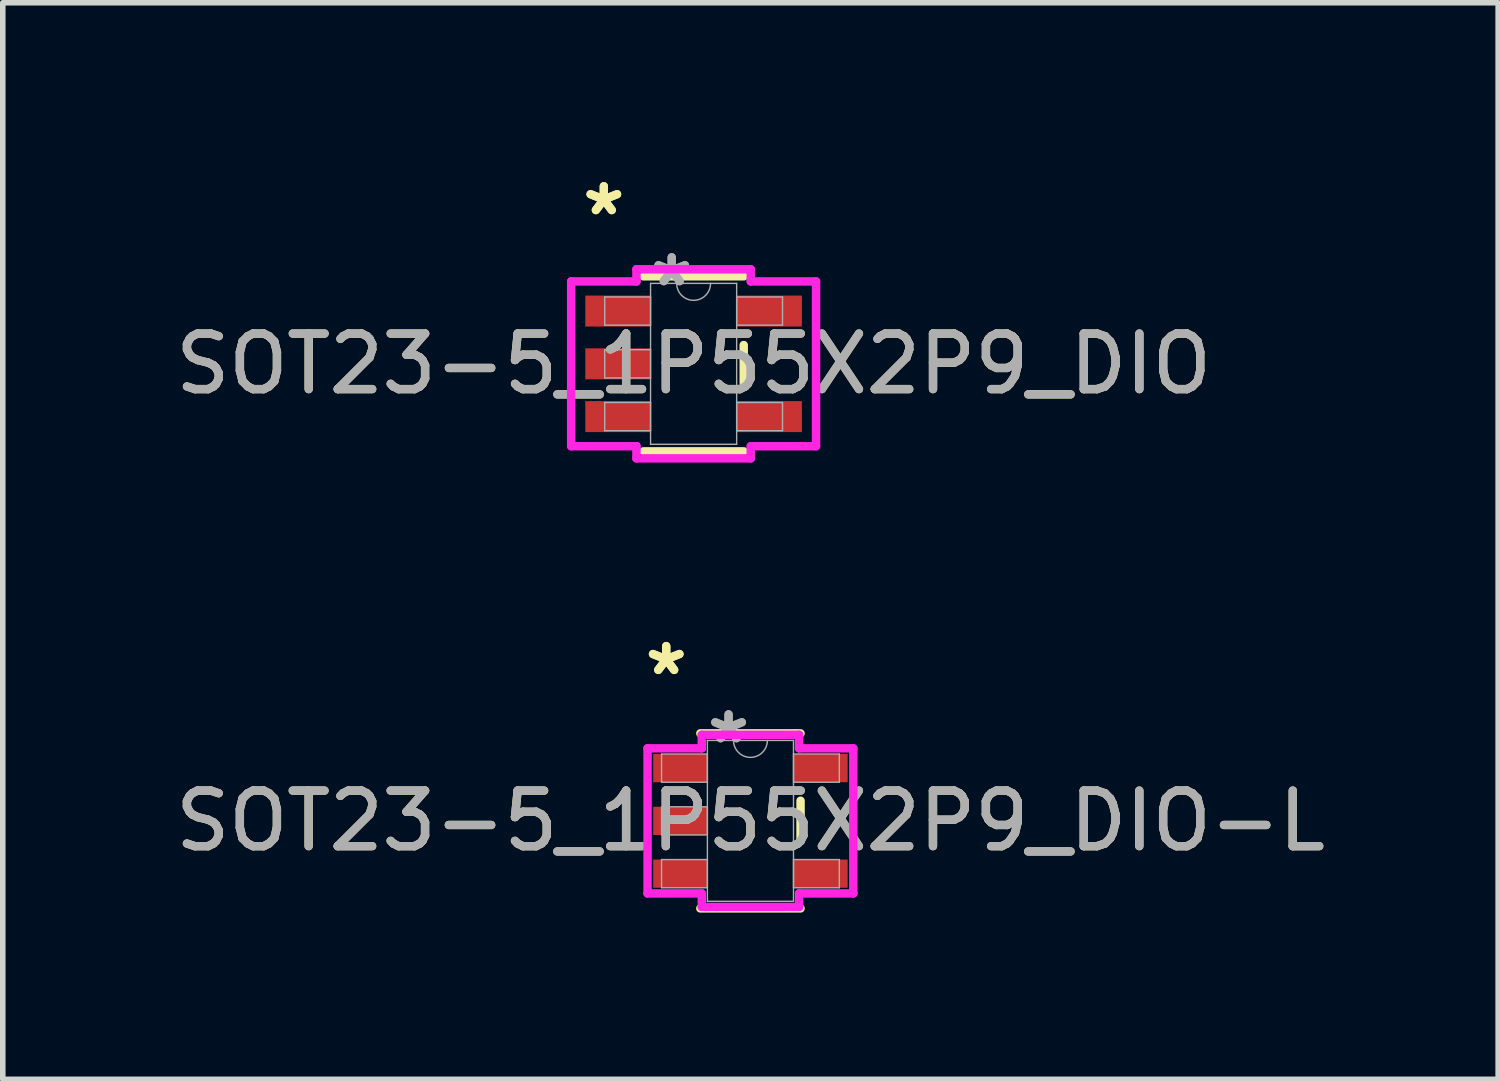
<source format=kicad_pcb>
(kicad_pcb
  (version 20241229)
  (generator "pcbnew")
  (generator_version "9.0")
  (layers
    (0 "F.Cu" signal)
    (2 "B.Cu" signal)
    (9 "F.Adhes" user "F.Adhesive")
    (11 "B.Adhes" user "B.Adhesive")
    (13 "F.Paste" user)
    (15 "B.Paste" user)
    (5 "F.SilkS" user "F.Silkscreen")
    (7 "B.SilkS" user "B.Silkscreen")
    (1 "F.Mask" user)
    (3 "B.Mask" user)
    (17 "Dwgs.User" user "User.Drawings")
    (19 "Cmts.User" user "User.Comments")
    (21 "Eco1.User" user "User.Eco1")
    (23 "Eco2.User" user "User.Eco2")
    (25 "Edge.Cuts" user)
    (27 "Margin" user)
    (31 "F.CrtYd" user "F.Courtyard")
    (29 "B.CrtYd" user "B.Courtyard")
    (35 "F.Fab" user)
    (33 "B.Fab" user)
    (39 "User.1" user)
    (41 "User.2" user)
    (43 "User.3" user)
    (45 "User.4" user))
  (footprint "SOT23-5_1P55X2P9_DIO"
    (layer "F.Cu")
    (at 9.435 3.499)
    (property "Reference" "SOT23-5_1P55X2P9_DIO" (at 0 0 0) (unlocked yes) (layer "F.SilkS") (effects (font (size 1 1) (thickness 0.15))))
    (attr smd)
    (fp_line (start -0.902 1.575) (end 0.902 1.575) (stroke (width 0.152) (type solid)) (layer "F.SilkS"))
    (fp_line (start 0.902 -1.575) (end -0.902 -1.575) (stroke (width 0.152) (type solid)) (layer "F.SilkS"))
    (fp_line (start 0.902 0.338) (end 0.902 -0.338) (stroke (width 0.152) (type solid)) (layer "F.SilkS"))
    (fp_line (start -2.204 -1.483) (end -1.029 -1.483) (stroke (width 0.152) (type solid)) (layer "F.CrtYd"))
    (fp_line (start -2.204 1.483) (end -2.204 -1.483) (stroke (width 0.152) (type solid)) (layer "F.CrtYd"))
    (fp_line (start -2.204 1.483) (end -1.029 1.483) (stroke (width 0.152) (type solid)) (layer "F.CrtYd"))
    (fp_line (start -1.029 -1.702) (end 1.029 -1.702) (stroke (width 0.152) (type solid)) (layer "F.CrtYd"))
    (fp_line (start -1.029 -1.483) (end -1.029 -1.702) (stroke (width 0.152) (type solid)) (layer "F.CrtYd"))
    (fp_line (start -1.029 1.702) (end -1.029 1.483) (stroke (width 0.152) (type solid)) (layer "F.CrtYd"))
    (fp_line (start 1.029 -1.702) (end 1.029 -1.483) (stroke (width 0.152) (type solid)) (layer "F.CrtYd"))
    (fp_line (start 1.029 1.483) (end 1.029 1.702) (stroke (width 0.152) (type solid)) (layer "F.CrtYd"))
    (fp_line (start 1.029 1.702) (end -1.029 1.702) (stroke (width 0.152) (type solid)) (layer "F.CrtYd"))
    (fp_line (start 2.204 -1.483) (end 1.029 -1.483) (stroke (width 0.152) (type solid)) (layer "F.CrtYd"))
    (fp_line (start 2.204 -1.483) (end 2.204 1.483) (stroke (width 0.152) (type solid)) (layer "F.CrtYd"))
    (fp_line (start 2.204 1.483) (end 1.029 1.483) (stroke (width 0.152) (type solid)) (layer "F.CrtYd"))
    (fp_line (start -1.6 -1.204) (end -1.6 -0.696) (stroke (width 0.025) (type solid)) (layer "F.Fab"))
    (fp_line (start -1.6 -0.696) (end -0.775 -0.696) (stroke (width 0.025) (type solid)) (layer "F.Fab"))
    (fp_line (start -1.6 -0.254) (end -1.6 0.254) (stroke (width 0.025) (type solid)) (layer "F.Fab"))
    (fp_line (start -1.6 0.254) (end -0.775 0.254) (stroke (width 0.025) (type solid)) (layer "F.Fab"))
    (fp_line (start -1.6 0.696) (end -1.6 1.204) (stroke (width 0.025) (type solid)) (layer "F.Fab"))
    (fp_line (start -1.6 1.204) (end -0.775 1.204) (stroke (width 0.025) (type solid)) (layer "F.Fab"))
    (fp_line (start -0.775 -1.448) (end -0.775 1.448) (stroke (width 0.025) (type solid)) (layer "F.Fab"))
    (fp_line (start -0.775 -1.204) (end -1.6 -1.204) (stroke (width 0.025) (type solid)) (layer "F.Fab"))
    (fp_line (start -0.775 -0.696) (end -0.775 -1.204) (stroke (width 0.025) (type solid)) (layer "F.Fab"))
    (fp_line (start -0.775 -0.254) (end -1.6 -0.254) (stroke (width 0.025) (type solid)) (layer "F.Fab"))
    (fp_line (start -0.775 0.254) (end -0.775 -0.254) (stroke (width 0.025) (type solid)) (layer "F.Fab"))
    (fp_line (start -0.775 0.696) (end -1.6 0.696) (stroke (width 0.025) (type solid)) (layer "F.Fab"))
    (fp_line (start -0.775 1.204) (end -0.775 0.696) (stroke (width 0.025) (type solid)) (layer "F.Fab"))
    (fp_line (start -0.775 1.448) (end 0.775 1.448) (stroke (width 0.025) (type solid)) (layer "F.Fab"))
    (fp_line (start 0.775 -1.448) (end -0.775 -1.448) (stroke (width 0.025) (type solid)) (layer "F.Fab"))
    (fp_line (start 0.775 -1.204) (end 0.775 -0.696) (stroke (width 0.025) (type solid)) (layer "F.Fab"))
    (fp_line (start 0.775 -0.696) (end 1.6 -0.696) (stroke (width 0.025) (type solid)) (layer "F.Fab"))
    (fp_line (start 0.775 0.696) (end 0.775 1.204) (stroke (width 0.025) (type solid)) (layer "F.Fab"))
    (fp_line (start 0.775 1.204) (end 1.6 1.204) (stroke (width 0.025) (type solid)) (layer "F.Fab"))
    (fp_line (start 0.775 1.448) (end 0.775 -1.448) (stroke (width 0.025) (type solid)) (layer "F.Fab"))
    (fp_line (start 1.6 -1.204) (end 0.775 -1.204) (stroke (width 0.025) (type solid)) (layer "F.Fab"))
    (fp_line (start 1.6 -0.696) (end 1.6 -1.204) (stroke (width 0.025) (type solid)) (layer "F.Fab"))
    (fp_line (start 1.6 0.696) (end 0.775 0.696) (stroke (width 0.025) (type solid)) (layer "F.Fab"))
    (fp_line (start 1.6 1.204) (end 1.6 0.696) (stroke (width 0.025) (type solid)) (layer "F.Fab"))
    (fp_arc (start 0.3048 -1.4478) (mid 0 -1.143) (end -0.3048 -1.4478) (stroke (width 0.0254) (type solid)) (layer "F.Fab"))
    (fp_text user "*" (at -1.616 -2.651 0) (layer "F.SilkS") (effects (font (size 1 1) (thickness 0.15))))
    (fp_text user "*" (at -1.616 -2.651 0) (unlocked yes) (layer "F.SilkS") (effects (font (size 1 1) (thickness 0.15))))
    (fp_text user "*" (at -0.394 -1.372 0) (unlocked yes) (layer "F.Fab") (effects (font (size 1 1) (thickness 0.15))))
    (fp_text user "${REFERENCE}" (at 0 0 0) (unlocked yes) (layer "F.Fab") (effects (font (size 1 1) (thickness 0.15))))
    (fp_text user "*" (at -0.394 -1.372 0) (layer "F.Fab") (effects (font (size 1 1) (thickness 0.15))))
    (pad "1" smd rect (at -1.362 -0.95) (size 1.175 0.558) (layers "F.Cu" "F.Mask" "F.Paste"))
    (pad "2" smd rect (at -1.362 0) (size 1.175 0.558) (layers "F.Cu" "F.Mask" "F.Paste"))
    (pad "3" smd rect (at -1.362 0.95) (size 1.175 0.558) (layers "F.Cu" "F.Mask" "F.Paste"))
    (pad "4" smd rect (at 1.362 0.95) (size 1.175 0.558) (layers "F.Cu" "F.Mask" "F.Paste"))
    (pad "5" smd rect (at 1.362 -0.95) (size 1.175 0.558) (layers "F.Cu" "F.Mask" "F.Paste")))
  (footprint "SOT23-5_1P55X2P9_DIO-L"
    (layer "F.Cu")
    (at 10.458 11.726)
    (property "Reference" "SOT23-5_1P55X2P9_DIO-L" (at 0 0 0) (unlocked yes) (layer "F.SilkS") (effects (font (size 1 1) (thickness 0.15))))
    (attr smd)
    (fp_line (start -0.902 1.575) (end 0.902 1.575) (stroke (width 0.152) (type solid)) (layer "F.SilkS"))
    (fp_line (start 0.902 -1.575) (end -0.902 -1.575) (stroke (width 0.152) (type solid)) (layer "F.SilkS"))
    (fp_line (start 0.902 0.363) (end 0.902 -0.363) (stroke (width 0.152) (type solid)) (layer "F.SilkS"))
    (fp_line (start -1.852 -1.306) (end -0.876 -1.306) (stroke (width 0.152) (type solid)) (layer "F.CrtYd"))
    (fp_line (start -1.852 1.306) (end -1.852 -1.306) (stroke (width 0.152) (type solid)) (layer "F.CrtYd"))
    (fp_line (start -1.852 1.306) (end -0.876 1.306) (stroke (width 0.152) (type solid)) (layer "F.CrtYd"))
    (fp_line (start -0.876 -1.549) (end 0.876 -1.549) (stroke (width 0.152) (type solid)) (layer "F.CrtYd"))
    (fp_line (start -0.876 -1.306) (end -0.876 -1.549) (stroke (width 0.152) (type solid)) (layer "F.CrtYd"))
    (fp_line (start -0.876 1.549) (end -0.876 1.306) (stroke (width 0.152) (type solid)) (layer "F.CrtYd"))
    (fp_line (start 0.876 -1.549) (end 0.876 -1.306) (stroke (width 0.152) (type solid)) (layer "F.CrtYd"))
    (fp_line (start 0.876 1.306) (end 0.876 1.549) (stroke (width 0.152) (type solid)) (layer "F.CrtYd"))
    (fp_line (start 0.876 1.549) (end -0.876 1.549) (stroke (width 0.152) (type solid)) (layer "F.CrtYd"))
    (fp_line (start 1.852 -1.306) (end 0.876 -1.306) (stroke (width 0.152) (type solid)) (layer "F.CrtYd"))
    (fp_line (start 1.852 -1.306) (end 1.852 1.306) (stroke (width 0.152) (type solid)) (layer "F.CrtYd"))
    (fp_line (start 1.852 1.306) (end 0.876 1.306) (stroke (width 0.152) (type solid)) (layer "F.CrtYd"))
    (fp_line (start -1.6 -1.204) (end -1.6 -0.696) (stroke (width 0.025) (type solid)) (layer "F.Fab"))
    (fp_line (start -1.6 -0.696) (end -0.775 -0.696) (stroke (width 0.025) (type solid)) (layer "F.Fab"))
    (fp_line (start -1.6 -0.254) (end -1.6 0.254) (stroke (width 0.025) (type solid)) (layer "F.Fab"))
    (fp_line (start -1.6 0.254) (end -0.775 0.254) (stroke (width 0.025) (type solid)) (layer "F.Fab"))
    (fp_line (start -1.6 0.696) (end -1.6 1.204) (stroke (width 0.025) (type solid)) (layer "F.Fab"))
    (fp_line (start -1.6 1.204) (end -0.775 1.204) (stroke (width 0.025) (type solid)) (layer "F.Fab"))
    (fp_line (start -0.775 -1.448) (end -0.775 1.448) (stroke (width 0.025) (type solid)) (layer "F.Fab"))
    (fp_line (start -0.775 -1.204) (end -1.6 -1.204) (stroke (width 0.025) (type solid)) (layer "F.Fab"))
    (fp_line (start -0.775 -0.696) (end -0.775 -1.204) (stroke (width 0.025) (type solid)) (layer "F.Fab"))
    (fp_line (start -0.775 -0.254) (end -1.6 -0.254) (stroke (width 0.025) (type solid)) (layer "F.Fab"))
    (fp_line (start -0.775 0.254) (end -0.775 -0.254) (stroke (width 0.025) (type solid)) (layer "F.Fab"))
    (fp_line (start -0.775 0.696) (end -1.6 0.696) (stroke (width 0.025) (type solid)) (layer "F.Fab"))
    (fp_line (start -0.775 1.204) (end -0.775 0.696) (stroke (width 0.025) (type solid)) (layer "F.Fab"))
    (fp_line (start -0.775 1.448) (end 0.775 1.448) (stroke (width 0.025) (type solid)) (layer "F.Fab"))
    (fp_line (start 0.775 -1.448) (end -0.775 -1.448) (stroke (width 0.025) (type solid)) (layer "F.Fab"))
    (fp_line (start 0.775 -1.204) (end 0.775 -0.696) (stroke (width 0.025) (type solid)) (layer "F.Fab"))
    (fp_line (start 0.775 -0.696) (end 1.6 -0.696) (stroke (width 0.025) (type solid)) (layer "F.Fab"))
    (fp_line (start 0.775 0.696) (end 0.775 1.204) (stroke (width 0.025) (type solid)) (layer "F.Fab"))
    (fp_line (start 0.775 1.204) (end 1.6 1.204) (stroke (width 0.025) (type solid)) (layer "F.Fab"))
    (fp_line (start 0.775 1.448) (end 0.775 -1.448) (stroke (width 0.025) (type solid)) (layer "F.Fab"))
    (fp_line (start 1.6 -1.204) (end 0.775 -1.204) (stroke (width 0.025) (type solid)) (layer "F.Fab"))
    (fp_line (start 1.6 -0.696) (end 1.6 -1.204) (stroke (width 0.025) (type solid)) (layer "F.Fab"))
    (fp_line (start 1.6 0.696) (end 0.775 0.696) (stroke (width 0.025) (type solid)) (layer "F.Fab"))
    (fp_line (start 1.6 1.204) (end 1.6 0.696) (stroke (width 0.025) (type solid)) (layer "F.Fab"))
    (fp_arc (start 0.3048 -1.4478) (mid 0 -1.143) (end -0.3048 -1.4478) (stroke (width 0.0254) (type solid)) (layer "F.Fab"))
    (fp_text user "*" (at -1.516 -2.601 0) (unlocked yes) (layer "F.SilkS") (effects (font (size 1 1) (thickness 0.15))))
    (fp_text user "*" (at -1.516 -2.601 0) (layer "F.SilkS") (effects (font (size 1 1) (thickness 0.15))))
    (fp_text user "*" (at -0.394 -1.372 0) (unlocked yes) (layer "F.Fab") (effects (font (size 1 1) (thickness 0.15))))
    (fp_text user "*" (at -0.394 -1.372 0) (layer "F.Fab") (effects (font (size 1 1) (thickness 0.15))))
    (fp_text user "${REFERENCE}" (at 0 0 0) (unlocked yes) (layer "F.Fab") (effects (font (size 1 1) (thickness 0.15))))
    (pad "1" smd rect (at -1.262 -0.95) (size 0.976 0.508) (layers "F.Cu" "F.Mask" "F.Paste"))
    (pad "2" smd rect (at -1.262 0) (size 0.976 0.508) (layers "F.Cu" "F.Mask" "F.Paste"))
    (pad "3" smd rect (at -1.262 0.95) (size 0.976 0.508) (layers "F.Cu" "F.Mask" "F.Paste"))
    (pad "4" smd rect (at 1.262 0.95) (size 0.976 0.508) (layers "F.Cu" "F.Mask" "F.Paste"))
    (pad "5" smd rect (at 1.262 -0.95) (size 0.976 0.508) (layers "F.Cu" "F.Mask" "F.Paste")))
  (gr_rect
    (start -3 -3)
    (end 23.917 16.378)
    (stroke (width 0.1) (type default))
    (fill no)
    (layer "Edge.Cuts")))
</source>
